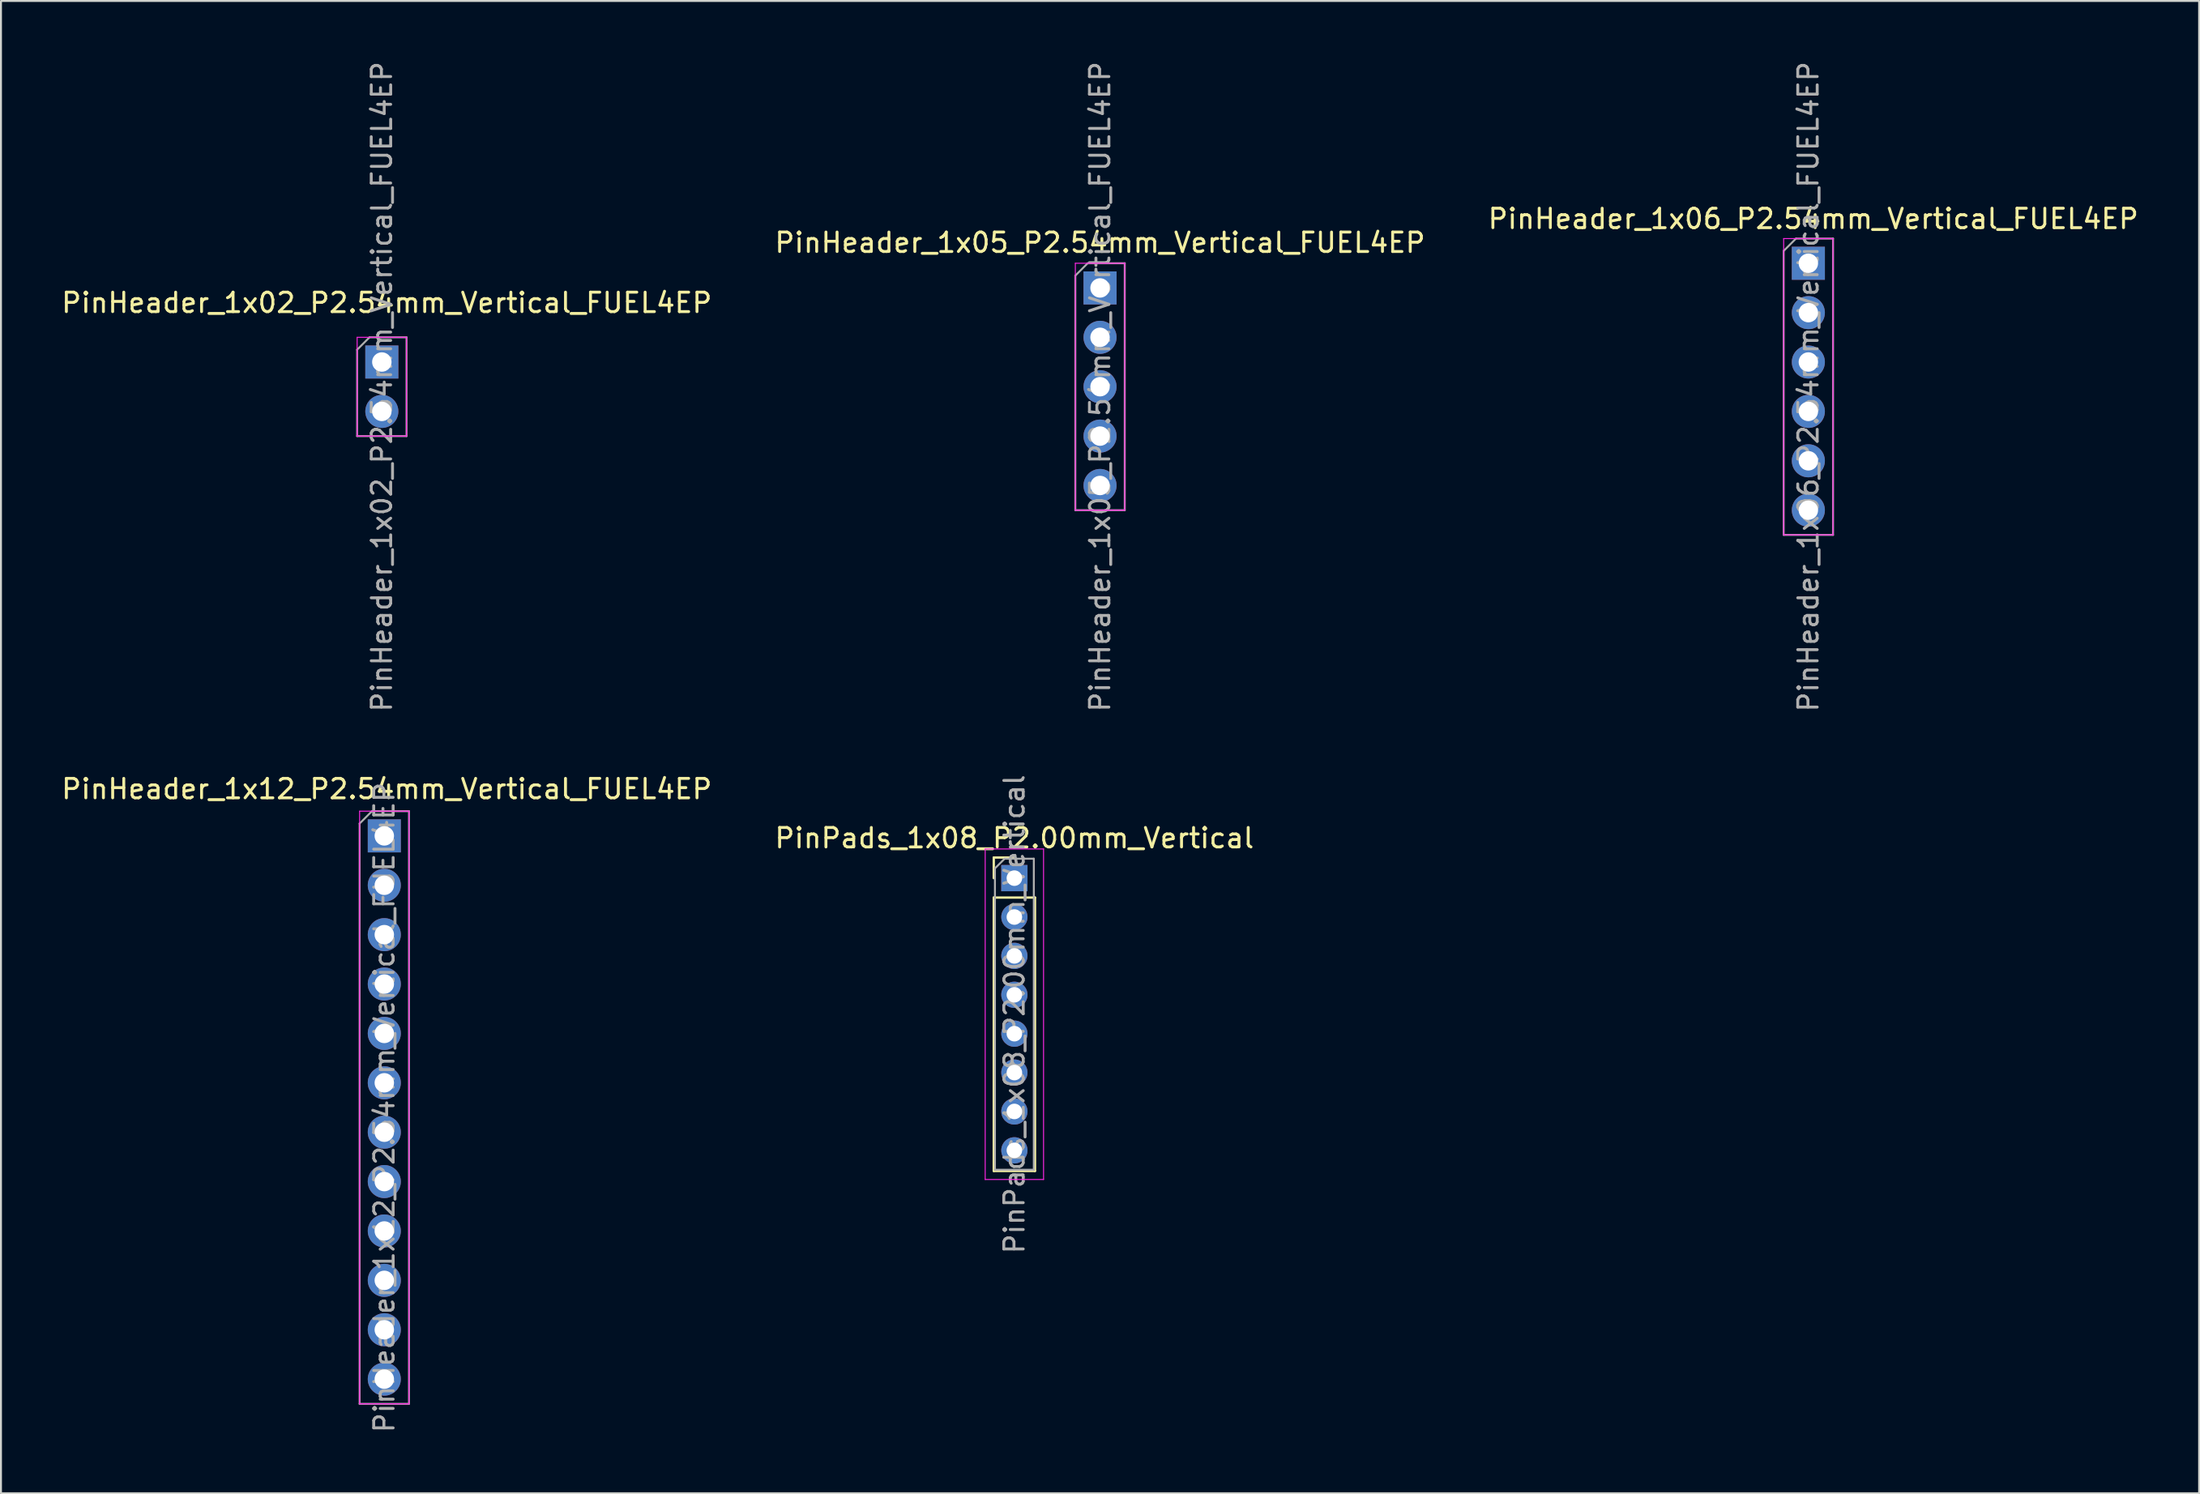
<source format=kicad_pcb>
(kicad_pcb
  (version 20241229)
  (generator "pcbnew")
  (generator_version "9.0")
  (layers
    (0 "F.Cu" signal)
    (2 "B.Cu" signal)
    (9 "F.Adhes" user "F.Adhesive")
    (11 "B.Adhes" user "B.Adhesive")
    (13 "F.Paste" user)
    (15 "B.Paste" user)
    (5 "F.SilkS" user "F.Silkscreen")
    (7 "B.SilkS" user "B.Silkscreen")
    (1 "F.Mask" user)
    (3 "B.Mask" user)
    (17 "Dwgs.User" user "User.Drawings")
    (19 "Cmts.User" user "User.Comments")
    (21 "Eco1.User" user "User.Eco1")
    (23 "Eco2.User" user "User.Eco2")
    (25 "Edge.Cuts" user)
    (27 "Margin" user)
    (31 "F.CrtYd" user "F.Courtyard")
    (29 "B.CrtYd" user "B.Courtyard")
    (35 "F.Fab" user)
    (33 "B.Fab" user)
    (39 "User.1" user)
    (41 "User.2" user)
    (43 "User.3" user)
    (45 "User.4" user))
  (footprint "PinPads_1x08_P2.00mm_Vertical"
    (layer "F.Cu")
    (at 49.113 42.113)
    (property "Reference" "PinPads_1x08_P2.00mm_Vertical" (at 0 -2.06 0) (layer "F.SilkS") (effects (font (size 1 1) (thickness 0.15))))
    (attr through_hole)
    (fp_line (start -1.06 -1.06) (end 0 -1.06) (stroke (width 0.12) (type solid)) (layer "F.SilkS"))
    (fp_line (start -1.06 0) (end -1.06 -1.06) (stroke (width 0.12) (type solid)) (layer "F.SilkS"))
    (fp_line (start -1.06 1) (end -1.06 15.06) (stroke (width 0.12) (type solid)) (layer "F.SilkS"))
    (fp_line (start -1.06 1) (end 1.06 1) (stroke (width 0.12) (type solid)) (layer "F.SilkS"))
    (fp_line (start -1.06 15.06) (end 1.06 15.06) (stroke (width 0.12) (type solid)) (layer "F.SilkS"))
    (fp_line (start 1.06 1) (end 1.06 15.06) (stroke (width 0.12) (type solid)) (layer "F.SilkS"))
    (fp_line (start -1.5 -1.5) (end -1.5 15.5) (stroke (width 0.05) (type solid)) (layer "F.CrtYd"))
    (fp_line (start -1.5 15.5) (end 1.5 15.5) (stroke (width 0.05) (type solid)) (layer "F.CrtYd"))
    (fp_line (start 1.5 -1.5) (end -1.5 -1.5) (stroke (width 0.05) (type solid)) (layer "F.CrtYd"))
    (fp_line (start 1.5 15.5) (end 1.5 -1.5) (stroke (width 0.05) (type solid)) (layer "F.CrtYd"))
    (fp_line (start -1 -0.5) (end -0.5 -1) (stroke (width 0.1) (type solid)) (layer "F.Fab"))
    (fp_line (start -1 15) (end -1 -0.5) (stroke (width 0.1) (type solid)) (layer "F.Fab"))
    (fp_line (start -0.5 -1) (end 1 -1) (stroke (width 0.1) (type solid)) (layer "F.Fab"))
    (fp_line (start 1 -1) (end 1 15) (stroke (width 0.1) (type solid)) (layer "F.Fab"))
    (fp_line (start 1 15) (end -1 15) (stroke (width 0.1) (type solid)) (layer "F.Fab"))
    (fp_text user "${REFERENCE}" (at 0 7 90) (layer "F.Fab") (effects (font (size 1 1) (thickness 0.15))))
    (pad "1" thru_hole rect (at 0 0) (size 1.35 1.35) (drill 0.8) (layers "*.Cu" "*.Mask"))
    (pad "2" thru_hole oval (at 0 2) (size 1.35 1.35) (drill 0.8) (layers "*.Cu" "*.Mask"))
    (pad "3" thru_hole oval (at 0 4) (size 1.35 1.35) (drill 0.8) (layers "*.Cu" "*.Mask"))
    (pad "4" thru_hole oval (at 0 6) (size 1.35 1.35) (drill 0.8) (layers "*.Cu" "*.Mask"))
    (pad "5" thru_hole oval (at 0 8) (size 1.35 1.35) (drill 0.8) (layers "*.Cu" "*.Mask"))
    (pad "6" thru_hole oval (at 0 10) (size 1.35 1.35) (drill 0.8) (layers "*.Cu" "*.Mask"))
    (pad "7" thru_hole oval (at 0 12) (size 1.35 1.35) (drill 0.8) (layers "*.Cu" "*.Mask"))
    (pad "8" thru_hole oval (at 0 14) (size 1.35 1.35) (drill 0.8) (layers "*.Cu" "*.Mask")))
  (footprint "PinHeader_1x06_P2.54mm_Vertical_FUEL4EP"
    (layer "F.Cu")
    (at 89.942 10.489)
    (property "Reference" "PinHeader_1x06_P2.54mm_Vertical_FUEL4EP" (at 0.254 -2.286 0) (layer "F.SilkS") (effects (font (size 1 1) (thickness 0.15))))
    (attr through_hole)
    (fp_line (start -1.27 -1.27) (end -1.27 13.97) (stroke (width 0.05) (type solid)) (layer "F.CrtYd"))
    (fp_line (start -1.27 13.97) (end 1.27 13.97) (stroke (width 0.05) (type solid)) (layer "F.CrtYd"))
    (fp_line (start 1.27 -1.27) (end -1.27 -1.27) (stroke (width 0.05) (type solid)) (layer "F.CrtYd"))
    (fp_line (start 1.27 13.97) (end 1.27 -1.27) (stroke (width 0.05) (type solid)) (layer "F.CrtYd"))
    (fp_line (start -1.27 -0.635) (end -0.635 -1.27) (stroke (width 0.1) (type solid)) (layer "F.Fab"))
    (fp_line (start -1.27 13.97) (end -1.27 -0.635) (stroke (width 0.1) (type solid)) (layer "F.Fab"))
    (fp_line (start -0.635 -1.27) (end 1.27 -1.27) (stroke (width 0.1) (type solid)) (layer "F.Fab"))
    (fp_line (start 1.27 -1.27) (end 1.27 13.97) (stroke (width 0.1) (type solid)) (layer "F.Fab"))
    (fp_line (start 1.27 13.97) (end -1.27 13.97) (stroke (width 0.1) (type solid)) (layer "F.Fab"))
    (fp_text user "${REFERENCE}" (at 0 6.35 90) (layer "F.Fab") (effects (font (size 1 1) (thickness 0.15))))
    (pad "1" thru_hole rect (at 0 0) (size 1.7 1.7) (drill 1) (layers "*.Cu" "*.Mask"))
    (pad "2" thru_hole oval (at 0 2.54) (size 1.7 1.7) (drill 1) (layers "*.Cu" "*.Mask"))
    (pad "3" thru_hole oval (at 0 5.08) (size 1.7 1.7) (drill 1) (layers "*.Cu" "*.Mask"))
    (pad "4" thru_hole oval (at 0 7.62) (size 1.7 1.7) (drill 1) (layers "*.Cu" "*.Mask"))
    (pad "5" thru_hole oval (at 0 10.16) (size 1.7 1.7) (drill 1) (layers "*.Cu" "*.Mask"))
    (pad "6" thru_hole oval (at 0 12.7) (size 1.7 1.7) (drill 1) (layers "*.Cu" "*.Mask")))
  (footprint "PinHeader_1x05_P2.54mm_Vertical_FUEL4EP"
    (layer "F.Cu")
    (at 53.518 11.759)
    (property "Reference" "PinHeader_1x05_P2.54mm_Vertical_FUEL4EP" (at 0 -2.33 0) (layer "F.SilkS") (effects (font (size 1 1) (thickness 0.15))))
    (attr through_hole)
    (fp_line (start -1.27 -1.27) (end -1.27 11.43) (stroke (width 0.05) (type solid)) (layer "F.CrtYd"))
    (fp_line (start -1.27 11.43) (end 1.27 11.43) (stroke (width 0.05) (type solid)) (layer "F.CrtYd"))
    (fp_line (start 1.27 -1.27) (end -1.27 -1.27) (stroke (width 0.05) (type solid)) (layer "F.CrtYd"))
    (fp_line (start 1.27 11.43) (end 1.27 -1.27) (stroke (width 0.05) (type solid)) (layer "F.CrtYd"))
    (fp_line (start -1.27 -0.635) (end -0.635 -1.27) (stroke (width 0.1) (type solid)) (layer "F.Fab"))
    (fp_line (start -1.27 11.43) (end -1.27 -0.635) (stroke (width 0.1) (type solid)) (layer "F.Fab"))
    (fp_line (start -0.635 -1.27) (end 1.27 -1.27) (stroke (width 0.1) (type solid)) (layer "F.Fab"))
    (fp_line (start 1.27 -1.27) (end 1.27 11.43) (stroke (width 0.1) (type solid)) (layer "F.Fab"))
    (fp_line (start 1.27 11.43) (end -1.27 11.43) (stroke (width 0.1) (type solid)) (layer "F.Fab"))
    (fp_text user "${REFERENCE}" (at 0 5.08 90) (layer "F.Fab") (effects (font (size 1 1) (thickness 0.15))))
    (pad "1" thru_hole rect (at 0 0) (size 1.7 1.7) (drill 1) (layers "*.Cu" "*.Mask"))
    (pad "2" thru_hole oval (at 0 2.54) (size 1.7 1.7) (drill 1) (layers "*.Cu" "*.Mask"))
    (pad "3" thru_hole oval (at 0 5.08) (size 1.7 1.7) (drill 1) (layers "*.Cu" "*.Mask"))
    (pad "4" thru_hole oval (at 0 7.62) (size 1.7 1.7) (drill 1) (layers "*.Cu" "*.Mask"))
    (pad "5" thru_hole oval (at 0 10.16) (size 1.7 1.7) (drill 1) (layers "*.Cu" "*.Mask")))
  (footprint "PinHeader_1x12_P2.54mm_Vertical_FUEL4EP"
    (layer "F.Cu")
    (at 16.712 39.94)
    (property "Reference" "PinHeader_1x12_P2.54mm_Vertical_FUEL4EP" (at 0.127 -2.413 0) (layer "F.SilkS") (effects (font (size 1 1) (thickness 0.15))))
    (attr through_hole)
    (fp_line (start -1.27 -1.27) (end -1.27 29.21) (stroke (width 0.05) (type solid)) (layer "F.CrtYd"))
    (fp_line (start -1.27 29.21) (end 1.27 29.21) (stroke (width 0.05) (type solid)) (layer "F.CrtYd"))
    (fp_line (start 1.27 -1.27) (end -1.27 -1.27) (stroke (width 0.05) (type solid)) (layer "F.CrtYd"))
    (fp_line (start 1.27 29.21) (end 1.27 -1.27) (stroke (width 0.05) (type solid)) (layer "F.CrtYd"))
    (fp_line (start -1.27 -0.635) (end -0.635 -1.27) (stroke (width 0.1) (type solid)) (layer "F.Fab"))
    (fp_line (start -1.27 29.21) (end -1.27 -0.635) (stroke (width 0.1) (type solid)) (layer "F.Fab"))
    (fp_line (start -0.635 -1.27) (end 1.27 -1.27) (stroke (width 0.1) (type solid)) (layer "F.Fab"))
    (fp_line (start 1.27 -1.27) (end 1.27 29.21) (stroke (width 0.1) (type solid)) (layer "F.Fab"))
    (fp_line (start 1.27 29.21) (end -1.27 29.21) (stroke (width 0.1) (type solid)) (layer "F.Fab"))
    (fp_text user "${REFERENCE}" (at 0 13.97 90) (layer "F.Fab") (effects (font (size 1 1) (thickness 0.15))))
    (pad "1" thru_hole rect (at 0 0) (size 1.7 1.7) (drill 1) (layers "*.Cu" "*.Mask"))
    (pad "2" thru_hole oval (at 0 2.54) (size 1.7 1.7) (drill 1) (layers "*.Cu" "*.Mask"))
    (pad "3" thru_hole oval (at 0 5.08) (size 1.7 1.7) (drill 1) (layers "*.Cu" "*.Mask"))
    (pad "4" thru_hole oval (at 0 7.62) (size 1.7 1.7) (drill 1) (layers "*.Cu" "*.Mask"))
    (pad "5" thru_hole oval (at 0 10.16) (size 1.7 1.7) (drill 1) (layers "*.Cu" "*.Mask"))
    (pad "6" thru_hole oval (at 0 12.7) (size 1.7 1.7) (drill 1) (layers "*.Cu" "*.Mask"))
    (pad "7" thru_hole oval (at 0 15.24) (size 1.7 1.7) (drill 1) (layers "*.Cu" "*.Mask"))
    (pad "8" thru_hole oval (at 0 17.78) (size 1.7 1.7) (drill 1) (layers "*.Cu" "*.Mask"))
    (pad "9" thru_hole oval (at 0 20.32) (size 1.7 1.7) (drill 1) (layers "*.Cu" "*.Mask"))
    (pad "10" thru_hole oval (at 0 22.86) (size 1.7 1.7) (drill 1) (layers "*.Cu" "*.Mask"))
    (pad "11" thru_hole oval (at 0 25.4) (size 1.7 1.7) (drill 1) (layers "*.Cu" "*.Mask"))
    (pad "12" thru_hole oval (at 0 27.94) (size 1.7 1.7) (drill 1) (layers "*.Cu" "*.Mask")))
  (footprint "PinHeader_1x02_P2.54mm_Vertical_FUEL4EP"
    (layer "F.Cu")
    (at 16.585 15.569)
    (property "Reference" "PinHeader_1x02_P2.54mm_Vertical_FUEL4EP" (at 0.254 -3.048 0) (layer "F.SilkS") (effects (font (size 1 1) (thickness 0.15))))
    (attr through_hole)
    (fp_line (start -1.27 -1.27) (end -1.27 3.81) (stroke (width 0.05) (type solid)) (layer "F.CrtYd"))
    (fp_line (start -1.27 3.81) (end 1.27 3.81) (stroke (width 0.05) (type solid)) (layer "F.CrtYd"))
    (fp_line (start 1.27 -1.27) (end -1.27 -1.27) (stroke (width 0.05) (type solid)) (layer "F.CrtYd"))
    (fp_line (start 1.27 3.81) (end 1.27 -1.27) (stroke (width 0.05) (type solid)) (layer "F.CrtYd"))
    (fp_line (start -1.27 -0.635) (end -0.635 -1.27) (stroke (width 0.1) (type solid)) (layer "F.Fab"))
    (fp_line (start -1.27 3.81) (end -1.27 -0.635) (stroke (width 0.1) (type solid)) (layer "F.Fab"))
    (fp_line (start -0.635 -1.27) (end 1.27 -1.27) (stroke (width 0.1) (type solid)) (layer "F.Fab"))
    (fp_line (start 1.27 -1.27) (end 1.27 3.81) (stroke (width 0.1) (type solid)) (layer "F.Fab"))
    (fp_line (start 1.27 3.81) (end -1.27 3.81) (stroke (width 0.1) (type solid)) (layer "F.Fab"))
    (fp_text user "${REFERENCE}" (at 0 1.27 90) (layer "F.Fab") (effects (font (size 1 1) (thickness 0.15))))
    (pad "1" thru_hole rect (at 0 0) (size 1.7 1.7) (drill 1) (layers "*.Cu" "*.Mask"))
    (pad "2" thru_hole oval (at 0 2.54) (size 1.7 1.7) (drill 1) (layers "*.Cu" "*.Mask")))
  (gr_rect
    (start -3 -3)
    (end 110.036 73.749)
    (stroke (width 0.1) (type default))
    (fill no)
    (layer "Edge.Cuts")))
</source>
